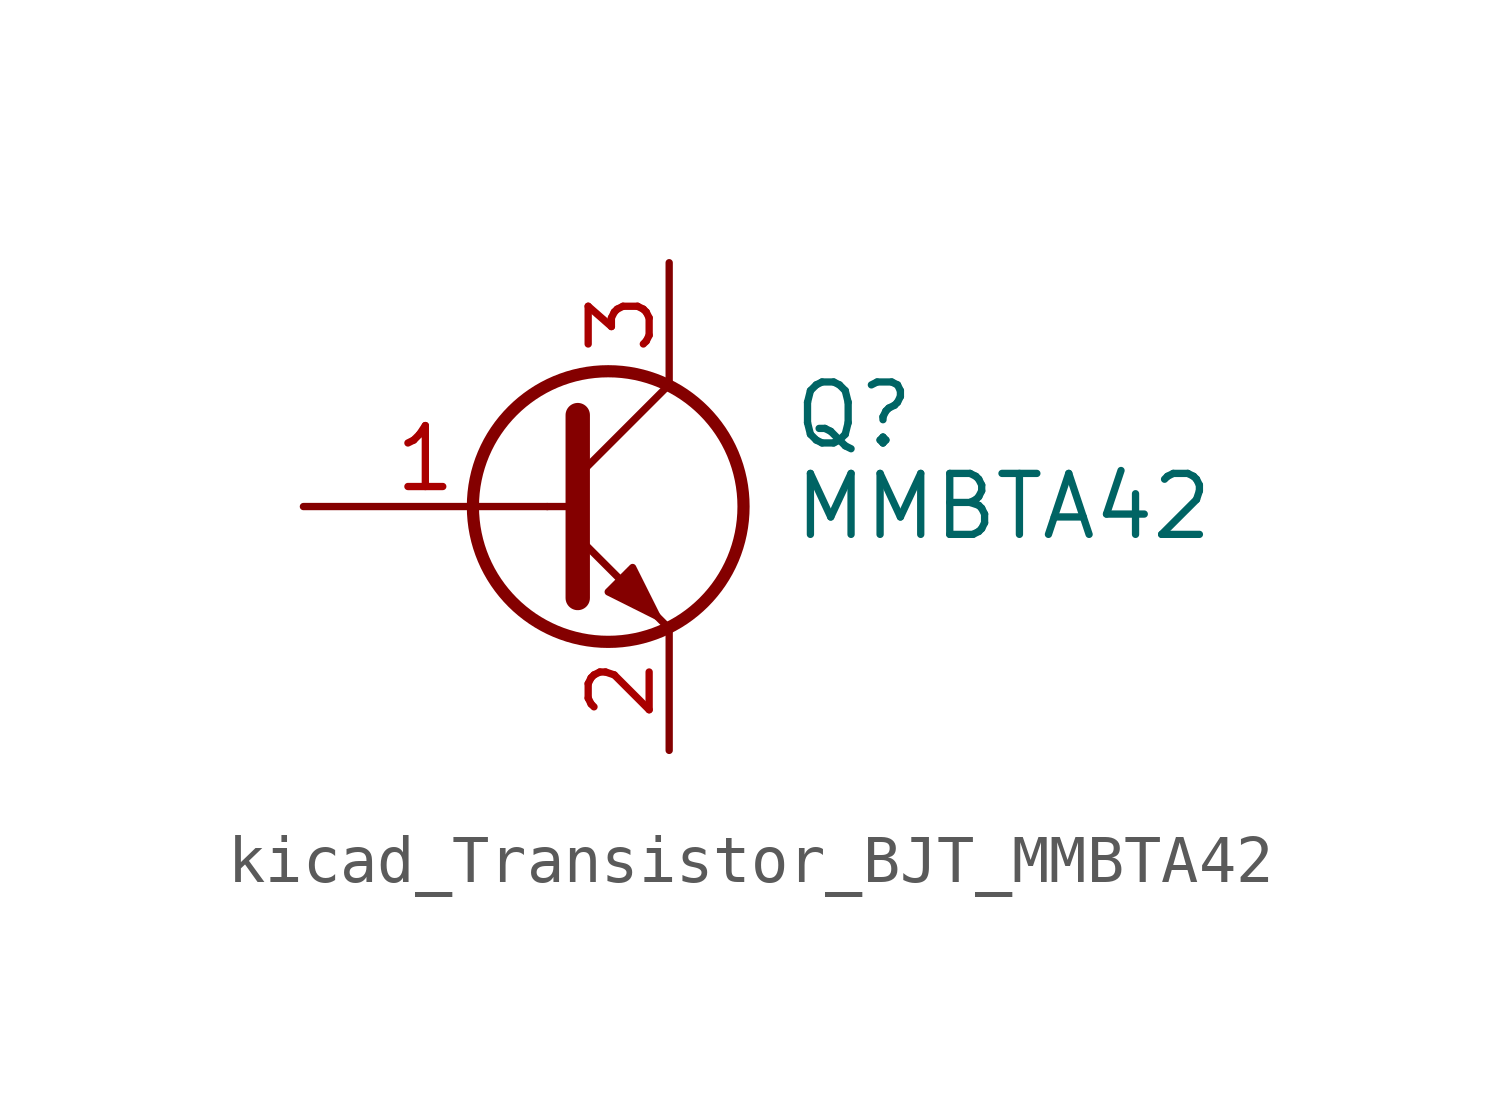
<source format=kicad_sym>
(kicad_symbol_lib
  (version 20220914)
  (generator kicad_symbol_editor)
  (symbol "kicad_Transistor_BJT_MMBTA42"
    (pin_names
      (offset 0) hide)
    (property "Reference" "Q"
      (at 5.08 1.905 0)
      (effects (font (size 1.27 1.27)) (justify left)))
    (property "Value" "MMBTA42"
      (at 5.08 0 0)
      (effects (font (size 1.27 1.27)) (justify left)))
    (symbol "kicad_Transistor_BJT_MMBTA42_0_1"
      (polyline (pts (xy 0 0) (xy 0.635 0)) (stroke (width 0) (type default)) (fill (type none)))
      (polyline (pts (xy 0.635 0.635) (xy 2.54 2.54)) (stroke (width 0) (type default)) (fill (type none)))
      (polyline (pts (xy 0.635 -0.635) (xy 2.54 -2.54) (xy 2.54 -2.54)) (stroke (width 0) (type default)) (fill (type none)))
      (polyline (pts (xy 0.635 1.905) (xy 0.635 -1.905) (xy 0.635 -1.905)) (stroke (width 0.508) (type default)) (fill (type none)))
      (polyline (pts (xy 1.27 -1.778) (xy 1.778 -1.27) (xy 2.286 -2.286) (xy 1.27 -1.778) (xy 1.27 -1.778)) (stroke (width 0) (type default)) (fill (type outline)))
      (circle (center 1.27 0) (radius 2.819) (stroke (width 0.254) (type default)) (fill (type none))))
    (symbol "kicad_Transistor_BJT_MMBTA42_1_1"
      (pin input line (at -5.08 0 0) (length 5.08) (name "B" (effects (font (size 1.27 1.27)))) (number "1" (effects (font (size 1.27 1.27)))))
      (pin passive line (at 2.54 -5.08 90) (length 2.54) (name "E" (effects (font (size 1.27 1.27)))) (number "2" (effects (font (size 1.27 1.27)))))
      (pin passive line (at 2.54 5.08 270) (length 2.54) (name "C" (effects (font (size 1.27 1.27)))) (number "3" (effects (font (size 1.27 1.27))))))))
</source>
